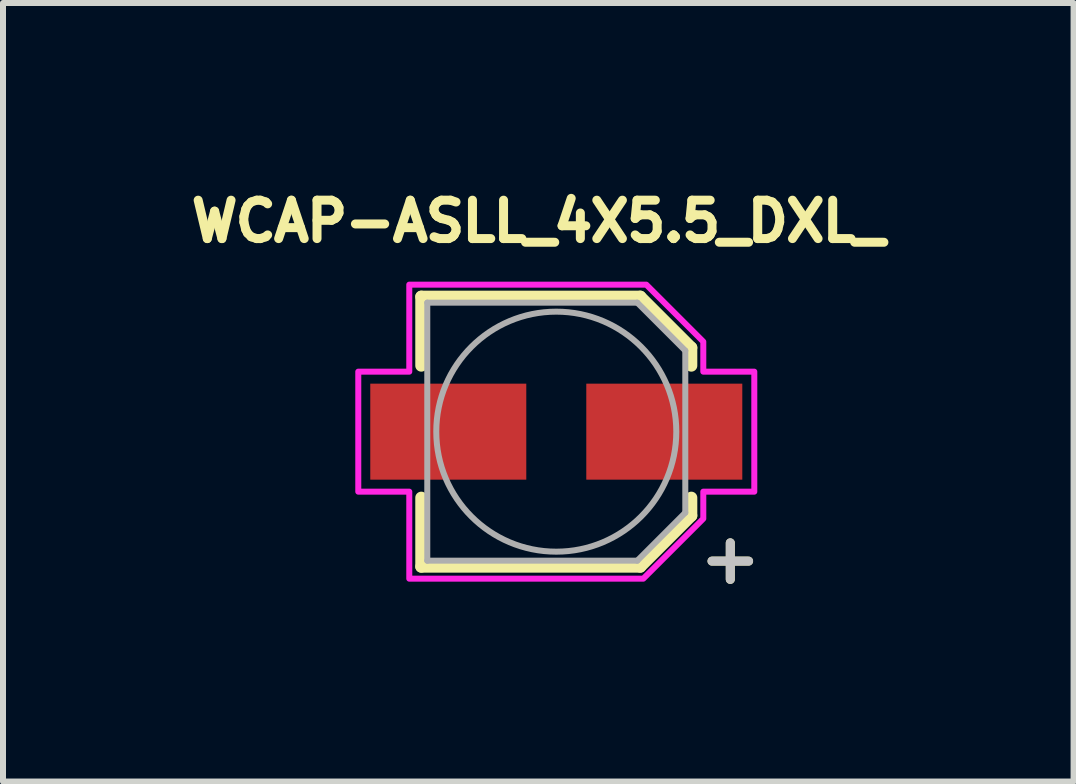
<source format=kicad_pcb>
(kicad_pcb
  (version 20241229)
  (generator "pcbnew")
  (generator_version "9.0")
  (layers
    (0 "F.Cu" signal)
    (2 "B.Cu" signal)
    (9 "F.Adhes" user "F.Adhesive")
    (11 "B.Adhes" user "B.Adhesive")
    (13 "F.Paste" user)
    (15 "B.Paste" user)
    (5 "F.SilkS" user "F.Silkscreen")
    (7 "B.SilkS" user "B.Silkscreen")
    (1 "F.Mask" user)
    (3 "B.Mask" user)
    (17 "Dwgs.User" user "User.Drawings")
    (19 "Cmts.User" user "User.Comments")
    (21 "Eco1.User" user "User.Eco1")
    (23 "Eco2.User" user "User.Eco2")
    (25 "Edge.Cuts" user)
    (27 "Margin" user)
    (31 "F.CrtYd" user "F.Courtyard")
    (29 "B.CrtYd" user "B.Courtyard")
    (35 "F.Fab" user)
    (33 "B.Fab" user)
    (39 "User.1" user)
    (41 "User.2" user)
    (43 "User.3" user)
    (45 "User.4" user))
  (footprint "WCAP-ASLL_4X5.5_DXL_"
    (layer "F.Cu")
    (at 6.221 4.144)
    (property "Reference" "WCAP-ASLL_4X5.5_DXL_" (at -0.3 -3.506 0) (layer "F.SilkS") (effects (font (size 0.64 0.64) (thickness 0.15))))
    (attr smd)
    (fp_line (start -2.25 -2.25) (end -2.25 -1.1) (stroke (width 0.2) (type solid)) (layer "F.SilkS"))
    (fp_line (start -2.25 -2.25) (end 1.4 -2.25) (stroke (width 0.2) (type solid)) (layer "F.SilkS"))
    (fp_line (start -2.25 2.25) (end -2.25 1.1) (stroke (width 0.2) (type solid)) (layer "F.SilkS"))
    (fp_line (start -2.25 2.25) (end 1.4 2.25) (stroke (width 0.2) (type solid)) (layer "F.SilkS"))
    (fp_line (start 1.4 -2.25) (end 2.25 -1.4) (stroke (width 0.2) (type solid)) (layer "F.SilkS"))
    (fp_line (start 1.4 2.25) (end 2.25 1.4) (stroke (width 0.2) (type solid)) (layer "F.SilkS"))
    (fp_line (start 2.25 -1.4) (end 2.25 -1.1) (stroke (width 0.2) (type solid)) (layer "F.SilkS"))
    (fp_line (start 2.25 1.4) (end 2.25 1.1) (stroke (width 0.2) (type solid)) (layer "F.SilkS"))
    (fp_poly (pts (xy -2.45 -2.45) (xy -2.45 -1) (xy -3.3 -1) (xy -3.3 1) (xy -2.45 1) (xy -2.45 2.45) (xy 1.45 2.45) (xy 2.45 1.45) (xy 2.45 1) (xy 3.3 1) (xy 3.3 -1) (xy 2.45 -1) (xy 2.45 -1.5) (xy 1.5 -2.45)) (stroke (width 0.1) (type solid)) (fill no) (layer "F.CrtYd"))
    (fp_line (start -2.15 -2.15) (end -2.15 2.15) (stroke (width 0.1) (type solid)) (layer "F.Fab"))
    (fp_line (start -2.15 2.15) (end 1.35 2.15) (stroke (width 0.1) (type solid)) (layer "F.Fab"))
    (fp_line (start 1.35 -2.15) (end -2.15 -2.15) (stroke (width 0.1) (type solid)) (layer "F.Fab"))
    (fp_line (start 1.35 2.15) (end 2.15 1.35) (stroke (width 0.1) (type solid)) (layer "F.Fab"))
    (fp_line (start 2.15 -1.35) (end 1.35 -2.15) (stroke (width 0.1) (type solid)) (layer "F.Fab"))
    (fp_line (start 2.15 1.35) (end 2.15 -1.35) (stroke (width 0.1) (type solid)) (layer "F.Fab"))
    (fp_circle (center 0 0) (end 2 0) (stroke (width 0.1) (type solid)) (fill no) (layer "F.Fab"))
    (fp_text user "+" (at 2.9 2.1 0) (layer "F.SilkS") (effects (font (size 0.8 0.8) (thickness 0.15))))
    (fp_text user "+" (at 2.9 2.1 0) (layer "Dwgs.User") (effects (font (size 0.8 0.8) (thickness 0.15))))
    (pad "1" smd rect (at 1.8 0) (size 2.6 1.6) (layers "F.Cu" "F.Mask" "F.Paste"))
    (pad "2" smd rect (at -1.8 0) (size 2.6 1.6) (layers "F.Cu" "F.Mask" "F.Paste")))
  (gr_rect
    (start -3 -3)
    (end 14.842 9.975)
    (stroke (width 0.1) (type default))
    (fill no)
    (layer "Edge.Cuts")))
</source>
